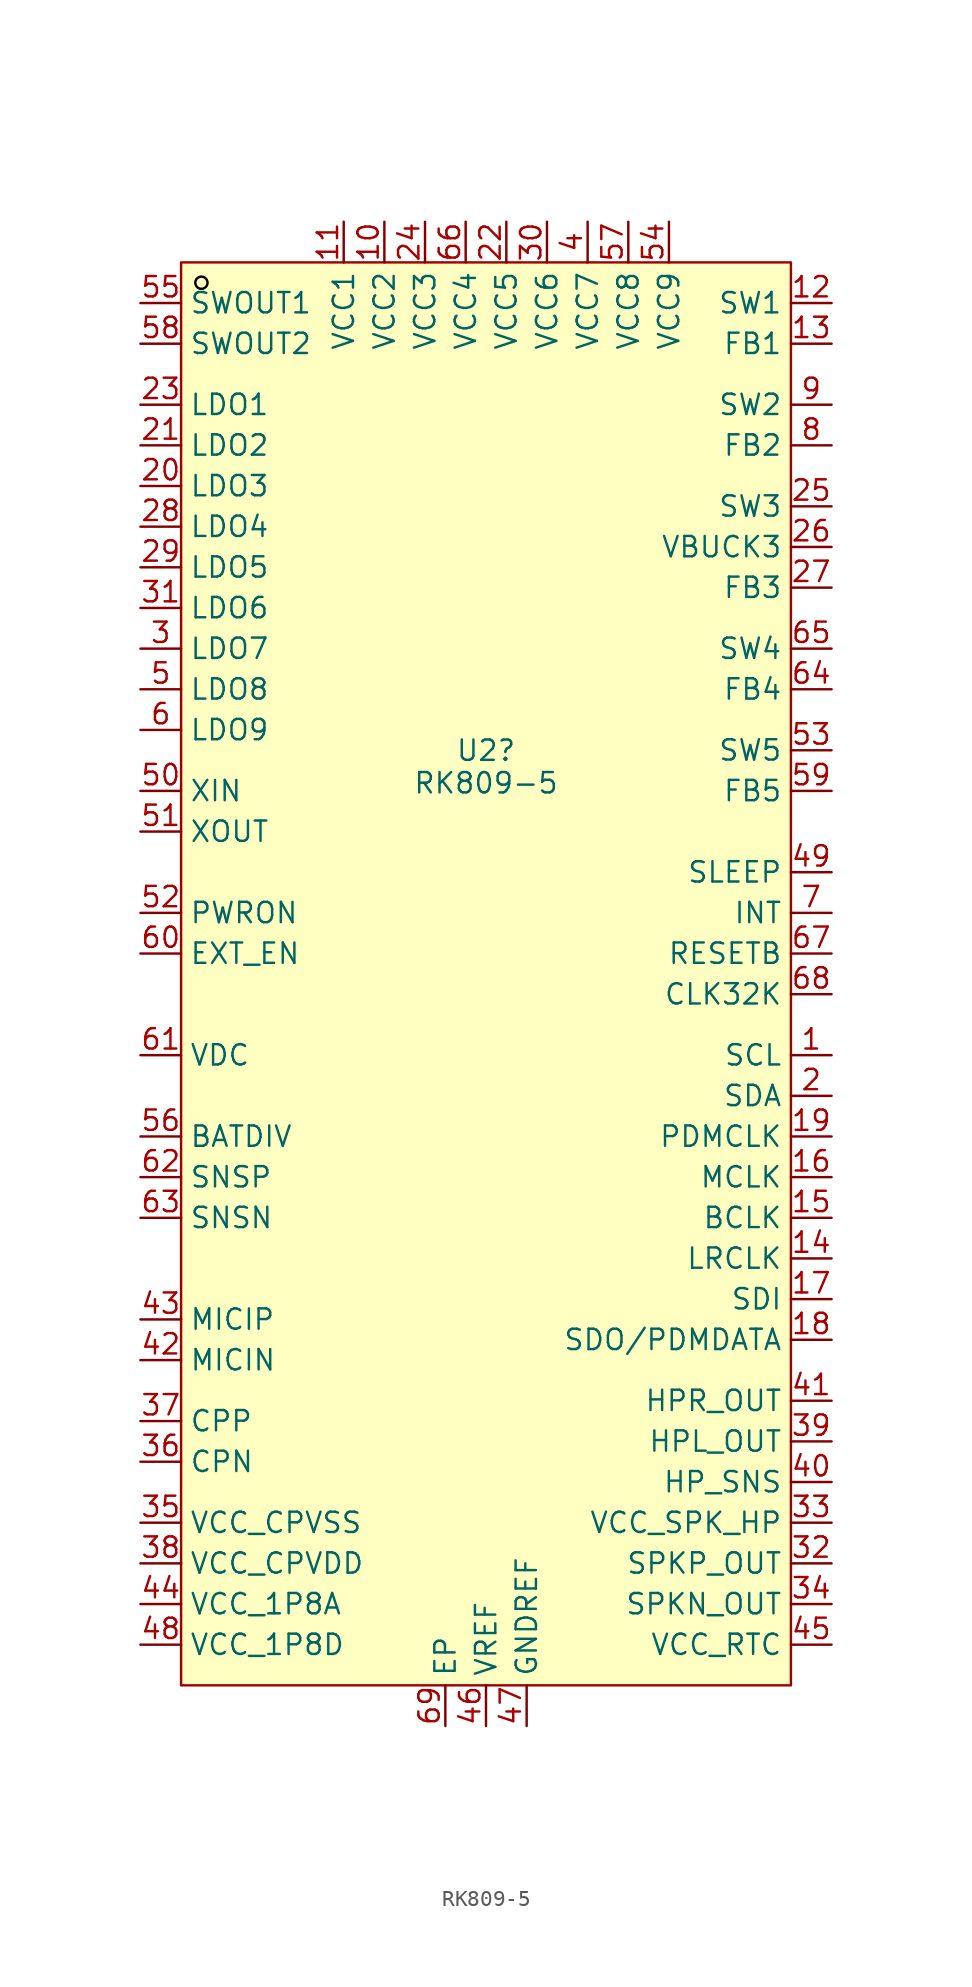
<source format=kicad_sym>
(kicad_symbol_lib
  (version 20241209)
  (generator "kicad_symbol_editor")
  (generator_version "9.0")
  (symbol "RK809-5"
    (property "Reference" "U2"
      (at 0 13.208 0)
      (effects (font (size 1.27 1.27)) (justify bottom)))
    (property "Value" "RK809-5"
      (at 0 11.176 0)
      (effects (font (size 1.27 1.27)) (justify bottom)))
    (symbol "RK809-5_1_0"
      (rectangle (start -19.05 44.45) (end 19.05 -44.45) (stroke (width 0) (type solid) (color 160 0 0 1)) (fill (type color) (color 255 255 194 1)))
      (circle (center -17.78 43.18) (radius 0.381) (stroke (width 0) (type solid) (color 0 0 0 1)) (fill (type none)))
      (pin passive line (at -21.59 41.91 0) (length 2.54) (name "SWOUT1" (effects (font (size 1.27 1.27)))) (number "55" (effects (font (size 1.27 1.27)))))
      (pin passive line (at -21.59 39.37 0) (length 2.54) (name "SWOUT2" (effects (font (size 1.27 1.27)))) (number "58" (effects (font (size 1.27 1.27)))))
      (pin passive line (at -21.59 35.56 0) (length 2.54) (name "LDO1" (effects (font (size 1.27 1.27)))) (number "23" (effects (font (size 1.27 1.27)))))
      (pin passive line (at -21.59 33.02 0) (length 2.54) (name "LDO2" (effects (font (size 1.27 1.27)))) (number "21" (effects (font (size 1.27 1.27)))))
      (pin passive line (at -21.59 30.48 0) (length 2.54) (name "LDO3" (effects (font (size 1.27 1.27)))) (number "20" (effects (font (size 1.27 1.27)))))
      (pin passive line (at -21.59 27.94 0) (length 2.54) (name "LDO4" (effects (font (size 1.27 1.27)))) (number "28" (effects (font (size 1.27 1.27)))))
      (pin passive line (at -21.59 25.4 0) (length 2.54) (name "LDO5" (effects (font (size 1.27 1.27)))) (number "29" (effects (font (size 1.27 1.27)))))
      (pin passive line (at -21.59 22.86 0) (length 2.54) (name "LDO6" (effects (font (size 1.27 1.27)))) (number "31" (effects (font (size 1.27 1.27)))))
      (pin passive line (at -21.59 20.32 0) (length 2.54) (name "LDO7" (effects (font (size 1.27 1.27)))) (number "3" (effects (font (size 1.27 1.27)))))
      (pin passive line (at -21.59 17.78 0) (length 2.54) (name "LDO8" (effects (font (size 1.27 1.27)))) (number "5" (effects (font (size 1.27 1.27)))))
      (pin passive line (at -21.59 15.24 0) (length 2.54) (name "LDO9" (effects (font (size 1.27 1.27)))) (number "6" (effects (font (size 1.27 1.27)))))
      (pin passive line (at -21.59 11.43 0) (length 2.54) (name "XIN" (effects (font (size 1.27 1.27)))) (number "50" (effects (font (size 1.27 1.27)))))
      (pin passive line (at -21.59 8.89 0) (length 2.54) (name "XOUT" (effects (font (size 1.27 1.27)))) (number "51" (effects (font (size 1.27 1.27)))))
      (pin passive line (at -21.59 3.81 0) (length 2.54) (name "PWRON" (effects (font (size 1.27 1.27)))) (number "52" (effects (font (size 1.27 1.27)))))
      (pin passive line (at -21.59 1.27 0) (length 2.54) (name "EXT_EN" (effects (font (size 1.27 1.27)))) (number "60" (effects (font (size 1.27 1.27)))))
      (pin passive line (at -21.59 -5.08 0) (length 2.54) (name "VDC" (effects (font (size 1.27 1.27)))) (number "61" (effects (font (size 1.27 1.27)))))
      (pin passive line (at -21.59 -10.16 0) (length 2.54) (name "BATDIV" (effects (font (size 1.27 1.27)))) (number "56" (effects (font (size 1.27 1.27)))))
      (pin passive line (at -21.59 -12.7 0) (length 2.54) (name "SNSP" (effects (font (size 1.27 1.27)))) (number "62" (effects (font (size 1.27 1.27)))))
      (pin passive line (at -21.59 -15.24 0) (length 2.54) (name "SNSN" (effects (font (size 1.27 1.27)))) (number "63" (effects (font (size 1.27 1.27)))))
      (pin passive line (at -21.59 -21.59 0) (length 2.54) (name "MICIP" (effects (font (size 1.27 1.27)))) (number "43" (effects (font (size 1.27 1.27)))))
      (pin passive line (at -21.59 -24.13 0) (length 2.54) (name "MICIN" (effects (font (size 1.27 1.27)))) (number "42" (effects (font (size 1.27 1.27)))))
      (pin passive line (at -21.59 -27.94 0) (length 2.54) (name "CPP" (effects (font (size 1.27 1.27)))) (number "37" (effects (font (size 1.27 1.27)))))
      (pin passive line (at -21.59 -30.48 0) (length 2.54) (name "CPN" (effects (font (size 1.27 1.27)))) (number "36" (effects (font (size 1.27 1.27)))))
      (pin passive line (at -21.59 -34.29 0) (length 2.54) (name "VCC_CPVSS" (effects (font (size 1.27 1.27)))) (number "35" (effects (font (size 1.27 1.27)))))
      (pin passive line (at -21.59 -36.83 0) (length 2.54) (name "VCC_CPVDD" (effects (font (size 1.27 1.27)))) (number "38" (effects (font (size 1.27 1.27)))))
      (pin passive line (at -21.59 -39.37 0) (length 2.54) (name "VCC_1P8A" (effects (font (size 1.27 1.27)))) (number "44" (effects (font (size 1.27 1.27)))))
      (pin passive line (at -21.59 -41.91 0) (length 2.54) (name "VCC_1P8D" (effects (font (size 1.27 1.27)))) (number "48" (effects (font (size 1.27 1.27)))))
      (pin passive line (at -8.89 46.99 270) (length 2.54) (name "VCC1" (effects (font (size 1.27 1.27)))) (number "11" (effects (font (size 1.27 1.27)))))
      (pin passive line (at -6.35 46.99 270) (length 2.54) (name "VCC2" (effects (font (size 1.27 1.27)))) (number "10" (effects (font (size 1.27 1.27)))))
      (pin passive line (at -3.81 46.99 270) (length 2.54) (name "VCC3" (effects (font (size 1.27 1.27)))) (number "24" (effects (font (size 1.27 1.27)))))
      (pin passive line (at -2.54 -46.99 90) (length 2.54) (name "EP" (effects (font (size 1.27 1.27)))) (number "69" (effects (font (size 1.27 1.27)))))
      (pin passive line (at -1.27 46.99 270) (length 2.54) (name "VCC4" (effects (font (size 1.27 1.27)))) (number "66" (effects (font (size 1.27 1.27)))))
      (pin passive line (at 0 -46.99 90) (length 2.54) (name "VREF" (effects (font (size 1.27 1.27)))) (number "46" (effects (font (size 1.27 1.27)))))
      (pin passive line (at 1.27 46.99 270) (length 2.54) (name "VCC5" (effects (font (size 1.27 1.27)))) (number "22" (effects (font (size 1.27 1.27)))))
      (pin passive line (at 2.54 -46.99 90) (length 2.54) (name "GNDREF" (effects (font (size 1.27 1.27)))) (number "47" (effects (font (size 1.27 1.27)))))
      (pin passive line (at 3.81 46.99 270) (length 2.54) (name "VCC6" (effects (font (size 1.27 1.27)))) (number "30" (effects (font (size 1.27 1.27)))))
      (pin passive line (at 6.35 46.99 270) (length 2.54) (name "VCC7" (effects (font (size 1.27 1.27)))) (number "4" (effects (font (size 1.27 1.27)))))
      (pin passive line (at 8.89 46.99 270) (length 2.54) (name "VCC8" (effects (font (size 1.27 1.27)))) (number "57" (effects (font (size 1.27 1.27)))))
      (pin passive line (at 11.43 46.99 270) (length 2.54) (name "VCC9" (effects (font (size 1.27 1.27)))) (number "54" (effects (font (size 1.27 1.27)))))
      (pin passive line (at 21.59 41.91 180) (length 2.54) (name "SW1" (effects (font (size 1.27 1.27)))) (number "12" (effects (font (size 1.27 1.27)))))
      (pin passive line (at 21.59 39.37 180) (length 2.54) (name "FB1" (effects (font (size 1.27 1.27)))) (number "13" (effects (font (size 1.27 1.27)))))
      (pin passive line (at 21.59 35.56 180) (length 2.54) (name "SW2" (effects (font (size 1.27 1.27)))) (number "9" (effects (font (size 1.27 1.27)))))
      (pin passive line (at 21.59 33.02 180) (length 2.54) (name "FB2" (effects (font (size 1.27 1.27)))) (number "8" (effects (font (size 1.27 1.27)))))
      (pin passive line (at 21.59 29.21 180) (length 2.54) (name "SW3" (effects (font (size 1.27 1.27)))) (number "25" (effects (font (size 1.27 1.27)))))
      (pin passive line (at 21.59 26.67 180) (length 2.54) (name "VBUCK3" (effects (font (size 1.27 1.27)))) (number "26" (effects (font (size 1.27 1.27)))))
      (pin passive line (at 21.59 24.13 180) (length 2.54) (name "FB3" (effects (font (size 1.27 1.27)))) (number "27" (effects (font (size 1.27 1.27)))))
      (pin passive line (at 21.59 20.32 180) (length 2.54) (name "SW4" (effects (font (size 1.27 1.27)))) (number "65" (effects (font (size 1.27 1.27)))))
      (pin passive line (at 21.59 17.78 180) (length 2.54) (name "FB4" (effects (font (size 1.27 1.27)))) (number "64" (effects (font (size 1.27 1.27)))))
      (pin passive line (at 21.59 13.97 180) (length 2.54) (name "SW5" (effects (font (size 1.27 1.27)))) (number "53" (effects (font (size 1.27 1.27)))))
      (pin passive line (at 21.59 11.43 180) (length 2.54) (name "FB5" (effects (font (size 1.27 1.27)))) (number "59" (effects (font (size 1.27 1.27)))))
      (pin passive line (at 21.59 6.35 180) (length 2.54) (name "SLEEP" (effects (font (size 1.27 1.27)))) (number "49" (effects (font (size 1.27 1.27)))))
      (pin passive line (at 21.59 3.81 180) (length 2.54) (name "INT" (effects (font (size 1.27 1.27)))) (number "7" (effects (font (size 1.27 1.27)))))
      (pin passive line (at 21.59 1.27 180) (length 2.54) (name "RESETB" (effects (font (size 1.27 1.27)))) (number "67" (effects (font (size 1.27 1.27)))))
      (pin passive line (at 21.59 -1.27 180) (length 2.54) (name "CLK32K" (effects (font (size 1.27 1.27)))) (number "68" (effects (font (size 1.27 1.27)))))
      (pin passive line (at 21.59 -5.08 180) (length 2.54) (name "SCL" (effects (font (size 1.27 1.27)))) (number "1" (effects (font (size 1.27 1.27)))))
      (pin passive line (at 21.59 -7.62 180) (length 2.54) (name "SDA" (effects (font (size 1.27 1.27)))) (number "2" (effects (font (size 1.27 1.27)))))
      (pin passive line (at 21.59 -10.16 180) (length 2.54) (name "PDMCLK" (effects (font (size 1.27 1.27)))) (number "19" (effects (font (size 1.27 1.27)))))
      (pin passive line (at 21.59 -12.7 180) (length 2.54) (name "MCLK" (effects (font (size 1.27 1.27)))) (number "16" (effects (font (size 1.27 1.27)))))
      (pin passive line (at 21.59 -15.24 180) (length 2.54) (name "BCLK" (effects (font (size 1.27 1.27)))) (number "15" (effects (font (size 1.27 1.27)))))
      (pin passive line (at 21.59 -17.78 180) (length 2.54) (name "LRCLK" (effects (font (size 1.27 1.27)))) (number "14" (effects (font (size 1.27 1.27)))))
      (pin passive line (at 21.59 -20.32 180) (length 2.54) (name "SDI" (effects (font (size 1.27 1.27)))) (number "17" (effects (font (size 1.27 1.27)))))
      (pin passive line (at 21.59 -22.86 180) (length 2.54) (name "SDO/PDMDATA" (effects (font (size 1.27 1.27)))) (number "18" (effects (font (size 1.27 1.27)))))
      (pin passive line (at 21.59 -26.67 180) (length 2.54) (name "HPR_OUT" (effects (font (size 1.27 1.27)))) (number "41" (effects (font (size 1.27 1.27)))))
      (pin passive line (at 21.59 -29.21 180) (length 2.54) (name "HPL_OUT" (effects (font (size 1.27 1.27)))) (number "39" (effects (font (size 1.27 1.27)))))
      (pin passive line (at 21.59 -31.75 180) (length 2.54) (name "HP_SNS" (effects (font (size 1.27 1.27)))) (number "40" (effects (font (size 1.27 1.27)))))
      (pin passive line (at 21.59 -34.29 180) (length 2.54) (name "VCC_SPK_HP" (effects (font (size 1.27 1.27)))) (number "33" (effects (font (size 1.27 1.27)))))
      (pin passive line (at 21.59 -36.83 180) (length 2.54) (name "SPKP_OUT" (effects (font (size 1.27 1.27)))) (number "32" (effects (font (size 1.27 1.27)))))
      (pin passive line (at 21.59 -39.37 180) (length 2.54) (name "SPKN_OUT" (effects (font (size 1.27 1.27)))) (number "34" (effects (font (size 1.27 1.27)))))
      (pin passive line (at 21.59 -41.91 180) (length 2.54) (name "VCC_RTC" (effects (font (size 1.27 1.27)))) (number "45" (effects (font (size 1.27 1.27))))))))
</source>
